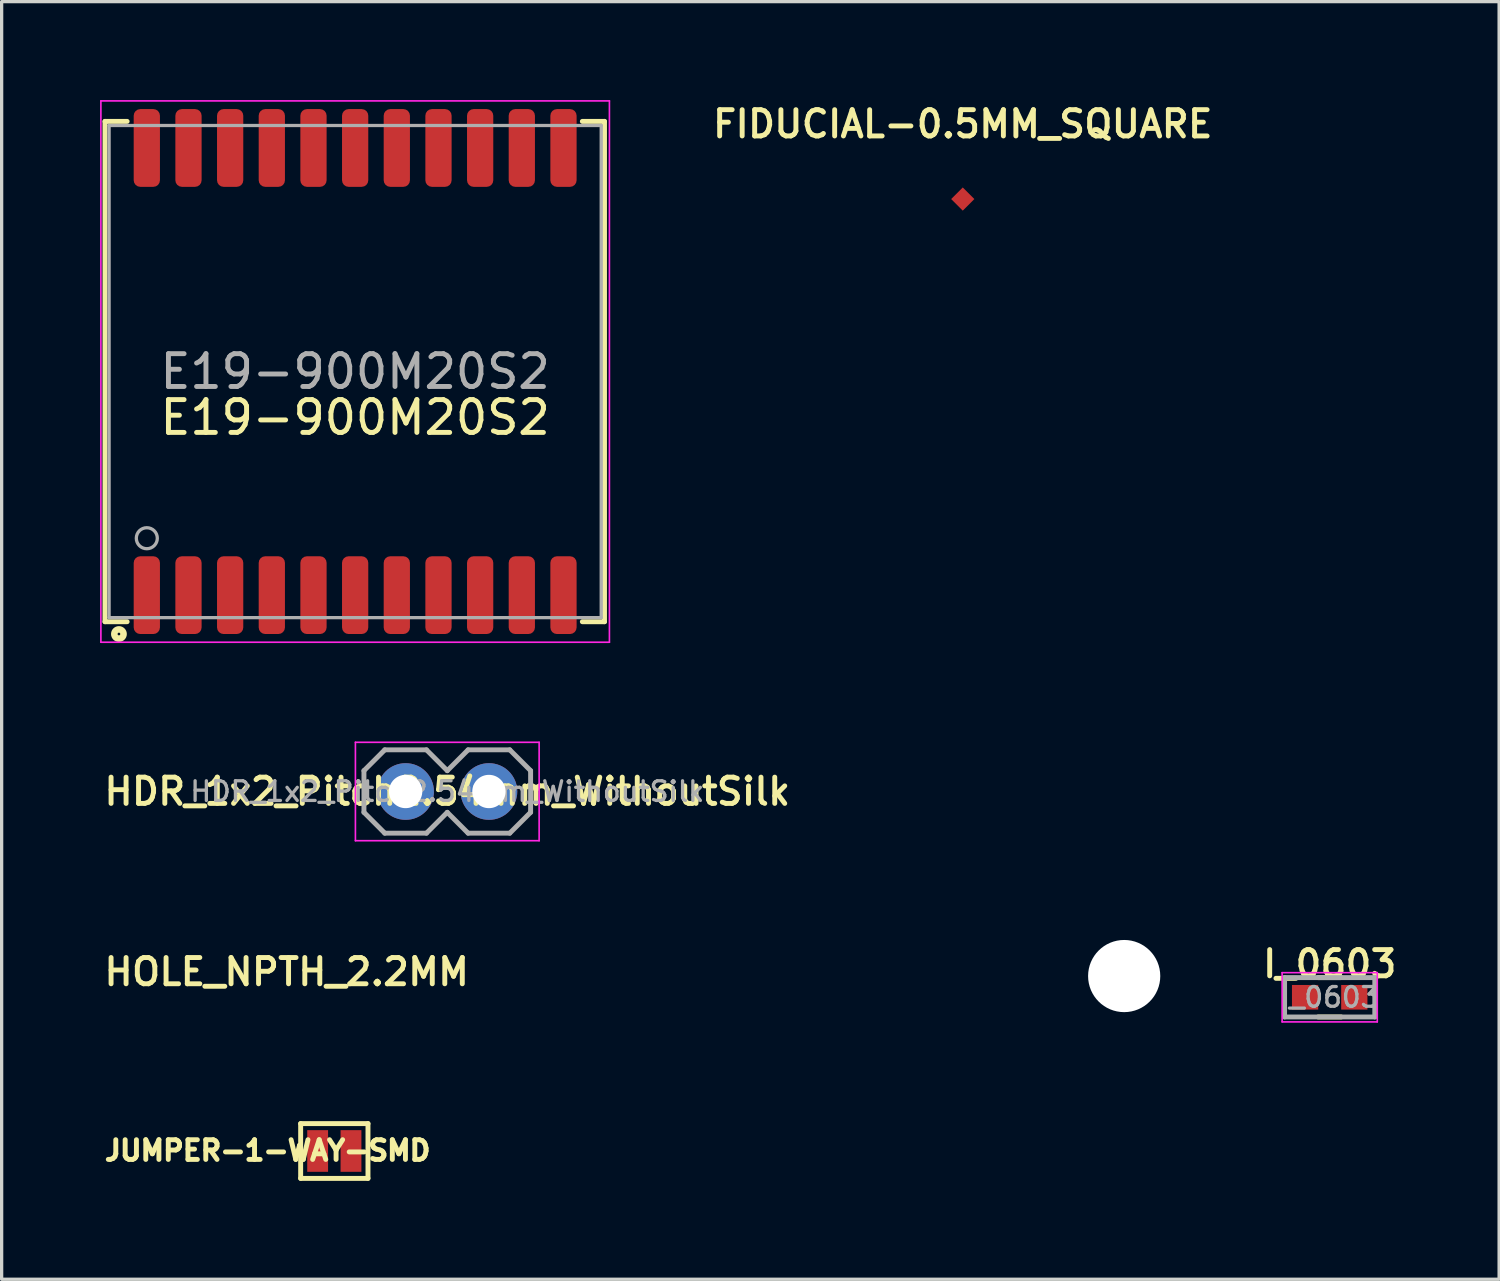
<source format=kicad_pcb>
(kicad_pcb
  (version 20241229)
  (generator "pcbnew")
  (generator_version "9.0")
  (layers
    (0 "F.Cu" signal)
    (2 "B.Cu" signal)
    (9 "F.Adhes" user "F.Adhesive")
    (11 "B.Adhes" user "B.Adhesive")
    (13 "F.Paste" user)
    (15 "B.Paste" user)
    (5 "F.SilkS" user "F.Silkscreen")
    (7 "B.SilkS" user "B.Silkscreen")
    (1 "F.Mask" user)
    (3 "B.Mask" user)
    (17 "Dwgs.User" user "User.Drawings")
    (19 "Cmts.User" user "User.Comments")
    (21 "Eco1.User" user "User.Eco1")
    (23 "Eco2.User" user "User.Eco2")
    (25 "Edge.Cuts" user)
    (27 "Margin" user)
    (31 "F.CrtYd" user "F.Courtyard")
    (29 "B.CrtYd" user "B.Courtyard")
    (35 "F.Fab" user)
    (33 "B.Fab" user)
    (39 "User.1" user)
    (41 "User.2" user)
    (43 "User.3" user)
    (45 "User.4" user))
  (footprint "FIDUCIAL-0.5MM_SQUARE"
    (layer "F.Cu")
    (at 26.295 3.017)
    (property "Reference" "FIDUCIAL-0.5MM_SQUARE" (at 0 -2.286 0) (layer "F.SilkS") (effects (font (size 0.8 0.8) (thickness 0.15))))
    (attr smd)
    (pad "1" smd rect (at 0 0 45) (size 0.5 0.5) (layers "F.Cu" "F.Mask")))
  (footprint "HDR_1x2_Pitch2.54mm_WithoutSilk"
    (layer "F.Cu")
    (at 10.583 21.075)
    (property "Reference" "HDR_1x2_Pitch2.54mm_WithoutSilk" (at 0 0 180) (layer "F.SilkS") (effects (font (size 0.8 0.8) (thickness 0.15))))
    (attr through_hole)
    (fp_line (start -2.8 -1.5) (end -2.8 1.5) (stroke (width 0.05) (type solid)) (layer "F.CrtYd"))
    (fp_line (start -2.8 1.5) (end 2.8 1.5) (stroke (width 0.05) (type solid)) (layer "F.CrtYd"))
    (fp_line (start 2.8 -1.5) (end -2.8 -1.5) (stroke (width 0.05) (type solid)) (layer "F.CrtYd"))
    (fp_line (start 2.8 1.5) (end 2.8 -1.5) (stroke (width 0.05) (type solid)) (layer "F.CrtYd"))
    (fp_line (start -2.54 -0.635) (end -2.54 0.635) (stroke (width 0.15) (type solid)) (layer "F.Fab"))
    (fp_line (start -2.54 0.635) (end -1.905 1.27) (stroke (width 0.15) (type solid)) (layer "F.Fab"))
    (fp_line (start -1.905 -1.27) (end -2.54 -0.635) (stroke (width 0.15) (type solid)) (layer "F.Fab"))
    (fp_line (start -1.905 1.27) (end -0.635 1.27) (stroke (width 0.15) (type solid)) (layer "F.Fab"))
    (fp_line (start -0.635 -1.27) (end -1.905 -1.27) (stroke (width 0.15) (type solid)) (layer "F.Fab"))
    (fp_line (start -0.635 1.27) (end 0 0.635) (stroke (width 0.15) (type solid)) (layer "F.Fab"))
    (fp_line (start 0 -0.635) (end -0.635 -1.27) (stroke (width 0.15) (type solid)) (layer "F.Fab"))
    (fp_line (start 0 0.635) (end 0.635 1.27) (stroke (width 0.15) (type solid)) (layer "F.Fab"))
    (fp_line (start 0.635 -1.27) (end 0 -0.635) (stroke (width 0.15) (type solid)) (layer "F.Fab"))
    (fp_line (start 0.635 1.27) (end 1.905 1.27) (stroke (width 0.15) (type solid)) (layer "F.Fab"))
    (fp_line (start 1.905 -1.27) (end 0.635 -1.27) (stroke (width 0.15) (type solid)) (layer "F.Fab"))
    (fp_line (start 1.905 1.27) (end 2.54 0.635) (stroke (width 0.15) (type solid)) (layer "F.Fab"))
    (fp_line (start 2.54 -0.635) (end 1.905 -1.27) (stroke (width 0.15) (type solid)) (layer "F.Fab"))
    (fp_line (start 2.54 0.635) (end 2.54 -0.635) (stroke (width 0.15) (type solid)) (layer "F.Fab"))
    (fp_text user "${REFERENCE}" (at 0 0 180) (layer "F.Fab") (effects (font (size 0.6 0.6) (thickness 0.1))))
    (pad "1" thru_hole oval (at -1.27 0) (size 1.727 1.727) (drill 1.016) (layers "*.Cu" "*.Mask"))
    (pad "2" thru_hole oval (at 1.27 0) (size 1.727 1.727) (drill 1.016) (layers "*.Cu" "*.Mask")))
  (footprint "I_0603"
    (layer "F.Cu")
    (at 37.479 27.347)
    (property "Reference" "I_0603" (at 0 -1.016 180) (layer "F.SilkS") (effects (font (size 0.8 0.8) (thickness 0.15))))
    (attr smd)
    (fp_line (start -0.35 -0.6) (end 0.35 -0.6) (stroke (width 0.15) (type solid)) (layer "F.SilkS"))
    (fp_line (start 0.35 0.6) (end -0.35 0.6) (stroke (width 0.15) (type solid)) (layer "F.SilkS"))
    (fp_line (start -1.45 -0.75) (end -1.45 0.75) (stroke (width 0.05) (type solid)) (layer "F.CrtYd"))
    (fp_line (start -1.45 -0.75) (end 1.45 -0.75) (stroke (width 0.05) (type solid)) (layer "F.CrtYd"))
    (fp_line (start -1.45 0.75) (end 1.45 0.75) (stroke (width 0.05) (type solid)) (layer "F.CrtYd"))
    (fp_line (start 1.45 -0.75) (end 1.45 0.75) (stroke (width 0.05) (type solid)) (layer "F.CrtYd"))
    (fp_line (start -1.375 -0.6) (end 1.375 -0.6) (stroke (width 0.15) (type solid)) (layer "F.Fab"))
    (fp_line (start -1.375 0.6) (end -1.375 -0.6) (stroke (width 0.15) (type solid)) (layer "F.Fab"))
    (fp_line (start 1.375 0.6) (end -1.375 0.6) (stroke (width 0.15) (type solid)) (layer "F.Fab"))
    (fp_line (start 1.375 0.6) (end 1.375 -0.6) (stroke (width 0.15) (type solid)) (layer "F.Fab"))
    (fp_text user "${REFERENCE}" (at 0 0 180) (layer "F.Fab") (effects (font (size 0.6 0.6) (thickness 0.1))))
    (pad "1" smd rect (at -0.75 0) (size 0.8 0.75) (layers "F.Cu" "F.Mask" "F.Paste"))
    (pad "2" smd rect (at 0.75 0) (size 0.8 0.75) (layers "F.Cu" "F.Mask" "F.Paste")))
  (footprint "JUMPER-1-WAY-SMD"
    (layer "F.Cu")
    (at 7.14 32.032)
    (property "Reference" "JUMPER-1-WAY-SMD" (at -2.032 -0.013 0) (layer "F.SilkS") (effects (font (size 0.6 0.6) (thickness 0.15))))
    (attr exclude_from_pos_files)
    (fp_line (start -1.026 -0.835) (end -1.026 0.835) (stroke (width 0.15) (type solid)) (layer "F.SilkS"))
    (fp_line (start -1.026 0.835) (end 1.026 0.835) (stroke (width 0.15) (type solid)) (layer "F.SilkS"))
    (fp_line (start 1.026 -0.835) (end -1.026 -0.835) (stroke (width 0.15) (type solid)) (layer "F.SilkS"))
    (fp_line (start 1.026 0.835) (end 1.026 -0.835) (stroke (width 0.15) (type solid)) (layer "F.SilkS"))
    (pad "1" smd rect (at -0.508 0 180) (size 0.635 1.27) (layers "F.Cu" "F.Mask"))
    (pad "2" smd rect (at 0.508 0 180) (size 0.635 1.27) (layers "F.Cu" "F.Mask")))
  (footprint "HOLE_NPTH_2.2MM"
    (layer "F.Cu")
    (at 31.215 26.7)
    (property "Reference" "HOLE_NPTH_2.2MM" (at -25.527 -0.127 0) (layer "F.SilkS") (effects (font (size 0.8 0.8) (thickness 0.15))))
    (attr through_hole)
    (pad "" np_thru_hole circle (at 0 0) (size 2.2 2.2) (drill 2.2) (layers "*.Cu" "*.Mask")))
  (footprint "E19-900M20S2"
    (layer "F.Cu")
    (at 7.775 8.275)
    (property "Reference" "E19-900M20S2" (at 0 1.4 0) (layer "F.SilkS") (effects (font (size 1 1) (thickness 0.15))))
    (attr through_hole)
    (fp_line (start -7.625 -7.625) (end -6.95 -7.625) (stroke (width 0.15) (type solid)) (layer "F.SilkS"))
    (fp_line (start -7.625 7.625) (end -7.625 -7.625) (stroke (width 0.15) (type solid)) (layer "F.SilkS"))
    (fp_line (start -7.625 7.625) (end -6.95 7.625) (stroke (width 0.15) (type solid)) (layer "F.SilkS"))
    (fp_line (start 6.925 -7.625) (end 7.6 -7.625) (stroke (width 0.15) (type solid)) (layer "F.SilkS"))
    (fp_line (start 6.925 7.625) (end 7.6 7.625) (stroke (width 0.15) (type solid)) (layer "F.SilkS"))
    (fp_line (start 7.6 7.625) (end 7.6 -7.625) (stroke (width 0.15) (type solid)) (layer "F.SilkS"))
    (fp_circle (center -7.2 8) (end -7.059 8) (stroke (width 0.2) (type solid)) (fill no) (layer "F.SilkS"))
    (fp_line (start -7.75 -8.25) (end -7.75 8.25) (stroke (width 0.05) (type solid)) (layer "F.CrtYd"))
    (fp_line (start -7.75 -8.25) (end 7.75 -8.25) (stroke (width 0.05) (type solid)) (layer "F.CrtYd"))
    (fp_line (start -7.75 8.25) (end 7.75 8.25) (stroke (width 0.05) (type solid)) (layer "F.CrtYd"))
    (fp_line (start 7.75 -8.25) (end 7.75 8.25) (stroke (width 0.05) (type solid)) (layer "F.CrtYd"))
    (fp_line (start -7.5 -7.5) (end -7.5 7.5) (stroke (width 0.1) (type solid)) (layer "F.Fab"))
    (fp_line (start -7.5 7.5) (end 7.5 7.5) (stroke (width 0.1) (type solid)) (layer "F.Fab"))
    (fp_line (start 7.5 -7.5) (end -7.5 -7.5) (stroke (width 0.1) (type solid)) (layer "F.Fab"))
    (fp_line (start 7.5 7.5) (end 7.5 -7.5) (stroke (width 0.1) (type solid)) (layer "F.Fab"))
    (fp_circle (center -6.35 5.08) (end -6.35 5.4) (stroke (width 0.1) (type solid)) (fill no) (layer "F.Fab"))
    (fp_text user "${REFERENCE}" (at 0 0 0) (layer "F.Fab") (effects (font (size 1 1) (thickness 0.15))))
    (pad "1" smd roundrect (at -6.35 6.815) (size 0.8 2.37) (layers "F.Cu" "F.Mask" "F.Paste") (roundrect_rratio 0.25))
    (pad "2" smd roundrect (at -5.08 6.815) (size 0.8 2.37) (layers "F.Cu" "F.Mask" "F.Paste") (roundrect_rratio 0.25))
    (pad "3" smd roundrect (at -3.81 6.815) (size 0.8 2.37) (layers "F.Cu" "F.Mask" "F.Paste") (roundrect_rratio 0.25))
    (pad "4" smd roundrect (at -2.54 6.815) (size 0.8 2.37) (layers "F.Cu" "F.Mask" "F.Paste") (roundrect_rratio 0.25))
    (pad "5" smd roundrect (at -1.27 6.815) (size 0.8 2.37) (layers "F.Cu" "F.Mask" "F.Paste") (roundrect_rratio 0.25))
    (pad "6" smd roundrect (at 0 6.815) (size 0.8 2.37) (layers "F.Cu" "F.Mask" "F.Paste") (roundrect_rratio 0.25))
    (pad "7" smd roundrect (at 1.27 6.815) (size 0.8 2.37) (layers "F.Cu" "F.Mask" "F.Paste") (roundrect_rratio 0.25))
    (pad "8" smd roundrect (at 2.54 6.815) (size 0.8 2.37) (layers "F.Cu" "F.Mask" "F.Paste") (roundrect_rratio 0.25))
    (pad "9" smd roundrect (at 3.81 6.815) (size 0.8 2.37) (layers "F.Cu" "F.Mask" "F.Paste") (roundrect_rratio 0.25))
    (pad "10" smd roundrect (at 5.08 6.815) (size 0.8 2.37) (layers "F.Cu" "F.Mask" "F.Paste") (roundrect_rratio 0.25))
    (pad "11" smd roundrect (at 6.35 6.815) (size 0.8 2.37) (layers "F.Cu" "F.Mask" "F.Paste") (roundrect_rratio 0.25))
    (pad "12" smd roundrect (at 6.35 -6.815) (size 0.8 2.37) (layers "F.Cu" "F.Mask" "F.Paste") (roundrect_rratio 0.25))
    (pad "13" smd roundrect (at 5.08 -6.815) (size 0.8 2.37) (layers "F.Cu" "F.Mask" "F.Paste") (roundrect_rratio 0.25))
    (pad "14" smd roundrect (at 3.81 -6.815) (size 0.8 2.37) (layers "F.Cu" "F.Mask" "F.Paste") (roundrect_rratio 0.25))
    (pad "15" smd roundrect (at 2.54 -6.815) (size 0.8 2.37) (layers "F.Cu" "F.Mask" "F.Paste") (roundrect_rratio 0.25))
    (pad "16" smd roundrect (at 1.27 -6.815) (size 0.8 2.37) (layers "F.Cu" "F.Mask" "F.Paste") (roundrect_rratio 0.25))
    (pad "17" smd roundrect (at 0 -6.815) (size 0.8 2.37) (layers "F.Cu" "F.Mask" "F.Paste") (roundrect_rratio 0.25))
    (pad "18" smd roundrect (at -1.27 -6.815) (size 0.8 2.37) (layers "F.Cu" "F.Mask" "F.Paste") (roundrect_rratio 0.25))
    (pad "19" smd roundrect (at -2.54 -6.815) (size 0.8 2.37) (layers "F.Cu" "F.Mask" "F.Paste") (roundrect_rratio 0.25))
    (pad "20" smd roundrect (at -3.81 -6.815) (size 0.8 2.37) (layers "F.Cu" "F.Mask" "F.Paste") (roundrect_rratio 0.25))
    (pad "21" smd roundrect (at -5.08 -6.815) (size 0.8 2.37) (layers "F.Cu" "F.Mask" "F.Paste") (roundrect_rratio 0.25))
    (pad "22" smd roundrect (at -6.35 -6.815) (size 0.8 2.37) (layers "F.Cu" "F.Mask" "F.Paste") (roundrect_rratio 0.25)))
  (gr_rect
    (start -3 -3)
    (end 42.643 35.942)
    (stroke (width 0.1) (type default))
    (fill no)
    (layer "Edge.Cuts")))
</source>
